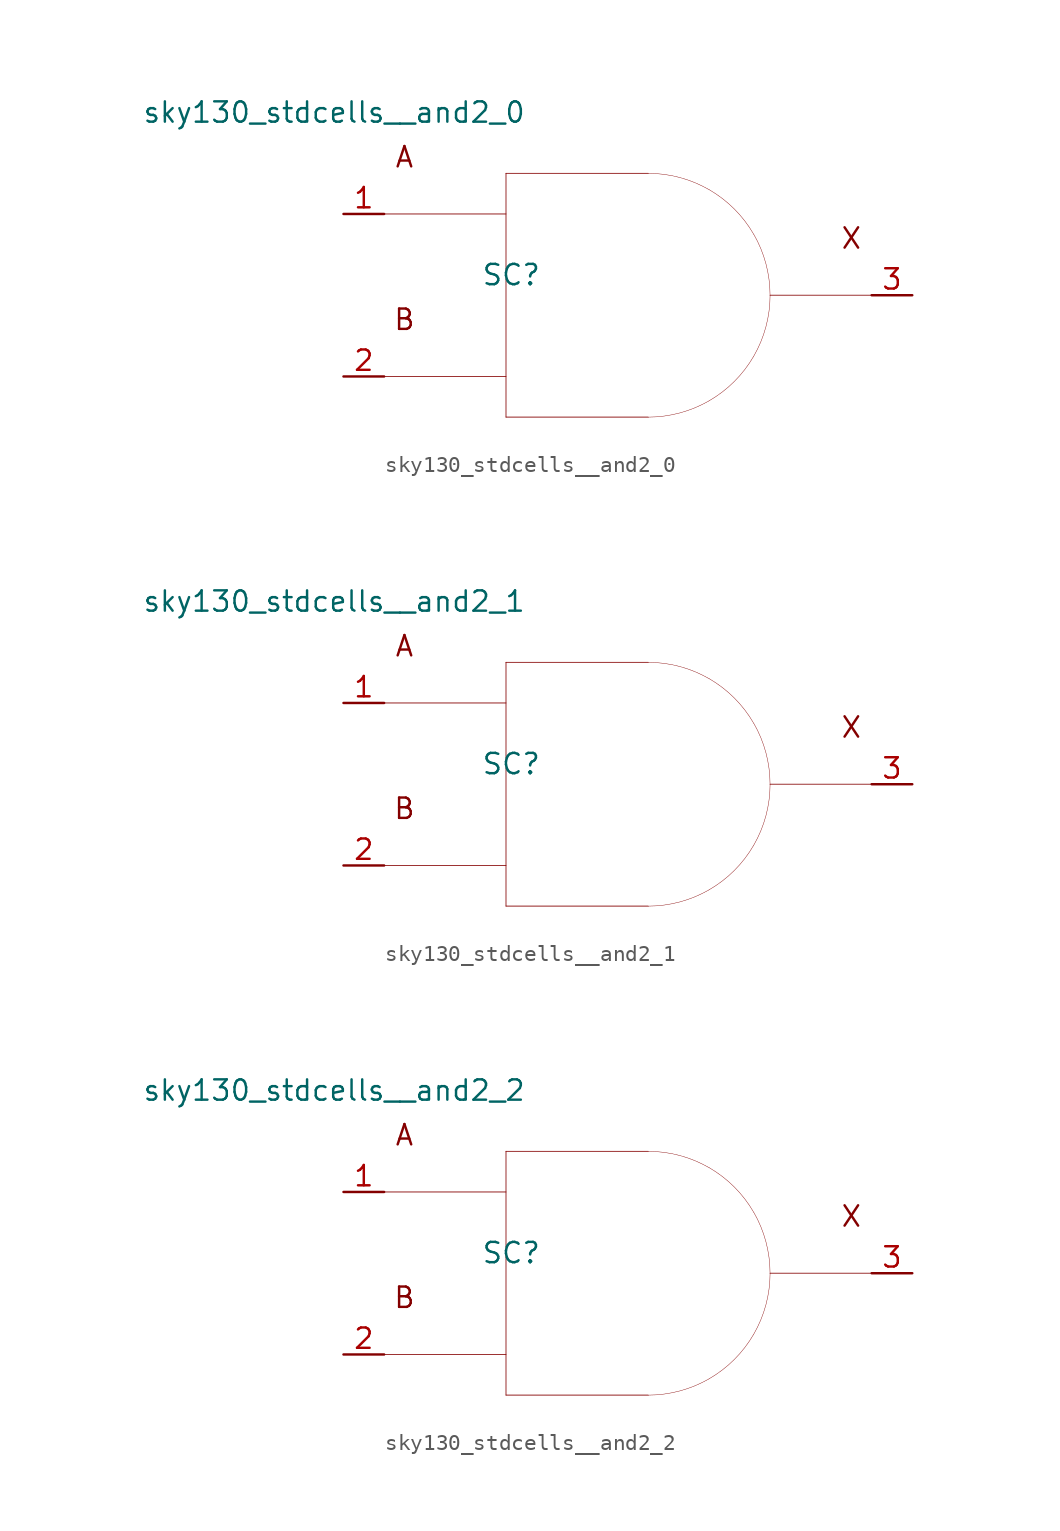
<source format=kicad_sym>
(kicad_symbol_lib
  (version 20211014)
  (generator kicad_symbol_editor)
  (symbol "sky130_stdcells__and2_0"
    (pin_names hide)
    (property "Reference" "SC"
      (at -7.29 1.27 0)
      (effects (font (size 1.27 1.27))))
    (property "Value" "sky130_stdcells__and2_0"
      (at -6.35 11.43 0)
      (effects (font (size 1.27 1.27)) (justify right)))
    (symbol "sky130_stdcells__and2_0_0_0"
      (polyline (pts (xy -15.24 -5.08) (xy -7.62 -5.08)) (stroke (width 0.051) (type default) (color 0 0 0 0)) (fill (type none)))
      (polyline (pts (xy -15.24 5.08) (xy -7.62 5.08)) (stroke (width 0.051) (type default) (color 0 0 0 0)) (fill (type none)))
      (polyline (pts (xy -7.62 -7.62) (xy 1.27 -7.62)) (stroke (width 0.051) (type default) (color 0 0 0 0)) (fill (type none)))
      (polyline (pts (xy -7.62 7.62) (xy -7.62 -7.62)) (stroke (width 0.051) (type default) (color 0 0 0 0)) (fill (type none)))
      (polyline (pts (xy -7.62 7.62) (xy 1.27 7.62)) (stroke (width 0.051) (type default) (color 0 0 0 0)) (fill (type none)))
      (polyline (pts (xy 8.89 0) (xy 15.24 0)) (stroke (width 0.051) (type default) (color 0 0 0 0)) (fill (type none)))
      (arc (start 1.27 -7.62) (mid 3.2422 -7.3604) (end 5.08 -6.5991) (stroke (width 0.0254) (type default) (color 0 0 0 0)) (fill (type none)))
      (arc (start 5.08 -6.5991) (mid 6.6581 -5.3881) (end 7.8691 -3.81) (stroke (width 0.0254) (type default) (color 0 0 0 0)) (fill (type none)))
      (arc (start 5.08 6.5991) (mid 3.2422 7.3603) (end 1.27 7.62) (stroke (width 0.0254) (type default) (color 0 0 0 0)) (fill (type none)))
      (arc (start 7.8691 -3.81) (mid 8.6303 -1.9722) (end 8.89 0) (stroke (width 0.0254) (type default) (color 0 0 0 0)) (fill (type none)))
      (arc (start 7.8691 3.81) (mid 6.6581 5.3881) (end 5.08 6.5991) (stroke (width 0.0254) (type default) (color 0 0 0 0)) (fill (type none)))
      (arc (start 8.89 0) (mid 8.6304 1.9722) (end 7.8691 3.81) (stroke (width 0.0254) (type default) (color 0 0 0 0)) (fill (type none)))
      (text "A" (at -13.97 8.636 0) (effects (font (size 1.27 1.27))))
      (text "B" (at -13.97 -1.524 0) (effects (font (size 1.27 1.27))))
      (text "X" (at 13.97 3.556 0) (effects (font (size 1.27 1.27)))))
    (symbol "sky130_stdcells__and2_0_1_1"
      (pin input line (at -17.78 5.08 0) (length 2.54) (name "A" (effects (font (size 1.092 1.092)))) (number "1" (effects (font (size 1.27 1.27)))))
      (pin input line (at -17.78 -5.08 0) (length 2.54) (name "B" (effects (font (size 1.092 1.092)))) (number "2" (effects (font (size 1.27 1.27)))))
      (pin output line (at 17.78 0 180) (length 2.54) (name "X" (effects (font (size 1.092 1.092)))) (number "3" (effects (font (size 1.27 1.27)))))))
  (symbol "sky130_stdcells__and2_1"
    (pin_names hide)
    (property "Reference" "SC"
      (at -7.29 1.27 0)
      (effects (font (size 1.27 1.27))))
    (property "Value" "sky130_stdcells__and2_1"
      (at -6.35 11.43 0)
      (effects (font (size 1.27 1.27)) (justify right)))
    (symbol "sky130_stdcells__and2_1_0_0"
      (polyline (pts (xy -15.24 -5.08) (xy -7.62 -5.08)) (stroke (width 0.051) (type default) (color 0 0 0 0)) (fill (type none)))
      (polyline (pts (xy -15.24 5.08) (xy -7.62 5.08)) (stroke (width 0.051) (type default) (color 0 0 0 0)) (fill (type none)))
      (polyline (pts (xy -7.62 -7.62) (xy 1.27 -7.62)) (stroke (width 0.051) (type default) (color 0 0 0 0)) (fill (type none)))
      (polyline (pts (xy -7.62 7.62) (xy -7.62 -7.62)) (stroke (width 0.051) (type default) (color 0 0 0 0)) (fill (type none)))
      (polyline (pts (xy -7.62 7.62) (xy 1.27 7.62)) (stroke (width 0.051) (type default) (color 0 0 0 0)) (fill (type none)))
      (polyline (pts (xy 8.89 0) (xy 15.24 0)) (stroke (width 0.051) (type default) (color 0 0 0 0)) (fill (type none)))
      (arc (start 1.27 -7.62) (mid 3.2422 -7.3604) (end 5.08 -6.5991) (stroke (width 0.0254) (type default) (color 0 0 0 0)) (fill (type none)))
      (arc (start 5.08 -6.5991) (mid 6.6581 -5.3881) (end 7.8691 -3.81) (stroke (width 0.0254) (type default) (color 0 0 0 0)) (fill (type none)))
      (arc (start 5.08 6.5991) (mid 3.2422 7.3603) (end 1.27 7.62) (stroke (width 0.0254) (type default) (color 0 0 0 0)) (fill (type none)))
      (arc (start 7.8691 -3.81) (mid 8.6303 -1.9722) (end 8.89 0) (stroke (width 0.0254) (type default) (color 0 0 0 0)) (fill (type none)))
      (arc (start 7.8691 3.81) (mid 6.6581 5.3881) (end 5.08 6.5991) (stroke (width 0.0254) (type default) (color 0 0 0 0)) (fill (type none)))
      (arc (start 8.89 0) (mid 8.6304 1.9722) (end 7.8691 3.81) (stroke (width 0.0254) (type default) (color 0 0 0 0)) (fill (type none)))
      (text "A" (at -13.97 8.636 0) (effects (font (size 1.27 1.27))))
      (text "B" (at -13.97 -1.524 0) (effects (font (size 1.27 1.27))))
      (text "X" (at 13.97 3.556 0) (effects (font (size 1.27 1.27)))))
    (symbol "sky130_stdcells__and2_1_1_1"
      (pin input line (at -17.78 5.08 0) (length 2.54) (name "A" (effects (font (size 1.092 1.092)))) (number "1" (effects (font (size 1.27 1.27)))))
      (pin input line (at -17.78 -5.08 0) (length 2.54) (name "B" (effects (font (size 1.092 1.092)))) (number "2" (effects (font (size 1.27 1.27)))))
      (pin output line (at 17.78 0 180) (length 2.54) (name "X" (effects (font (size 1.092 1.092)))) (number "3" (effects (font (size 1.27 1.27)))))))
  (symbol "sky130_stdcells__and2_2"
    (pin_names hide)
    (property "Reference" "SC"
      (at -7.29 1.27 0)
      (effects (font (size 1.27 1.27))))
    (property "Value" "sky130_stdcells__and2_2"
      (at -6.35 11.43 0)
      (effects (font (size 1.27 1.27)) (justify right)))
    (symbol "sky130_stdcells__and2_2_0_0"
      (polyline (pts (xy -15.24 -5.08) (xy -7.62 -5.08)) (stroke (width 0.051) (type default) (color 0 0 0 0)) (fill (type none)))
      (polyline (pts (xy -15.24 5.08) (xy -7.62 5.08)) (stroke (width 0.051) (type default) (color 0 0 0 0)) (fill (type none)))
      (polyline (pts (xy -7.62 -7.62) (xy 1.27 -7.62)) (stroke (width 0.051) (type default) (color 0 0 0 0)) (fill (type none)))
      (polyline (pts (xy -7.62 7.62) (xy -7.62 -7.62)) (stroke (width 0.051) (type default) (color 0 0 0 0)) (fill (type none)))
      (polyline (pts (xy -7.62 7.62) (xy 1.27 7.62)) (stroke (width 0.051) (type default) (color 0 0 0 0)) (fill (type none)))
      (polyline (pts (xy 8.89 0) (xy 15.24 0)) (stroke (width 0.051) (type default) (color 0 0 0 0)) (fill (type none)))
      (arc (start 1.27 -7.62) (mid 3.2422 -7.3604) (end 5.08 -6.5991) (stroke (width 0.0254) (type default) (color 0 0 0 0)) (fill (type none)))
      (arc (start 5.08 -6.5991) (mid 6.6581 -5.3881) (end 7.8691 -3.81) (stroke (width 0.0254) (type default) (color 0 0 0 0)) (fill (type none)))
      (arc (start 5.08 6.5991) (mid 3.2422 7.3603) (end 1.27 7.62) (stroke (width 0.0254) (type default) (color 0 0 0 0)) (fill (type none)))
      (arc (start 7.8691 -3.81) (mid 8.6303 -1.9722) (end 8.89 0) (stroke (width 0.0254) (type default) (color 0 0 0 0)) (fill (type none)))
      (arc (start 7.8691 3.81) (mid 6.6581 5.3881) (end 5.08 6.5991) (stroke (width 0.0254) (type default) (color 0 0 0 0)) (fill (type none)))
      (arc (start 8.89 0) (mid 8.6304 1.9722) (end 7.8691 3.81) (stroke (width 0.0254) (type default) (color 0 0 0 0)) (fill (type none)))
      (text "A" (at -13.97 8.636 0) (effects (font (size 1.27 1.27))))
      (text "B" (at -13.97 -1.524 0) (effects (font (size 1.27 1.27))))
      (text "X" (at 13.97 3.556 0) (effects (font (size 1.27 1.27)))))
    (symbol "sky130_stdcells__and2_2_1_1"
      (pin input line (at -17.78 5.08 0) (length 2.54) (name "A" (effects (font (size 1.092 1.092)))) (number "1" (effects (font (size 1.27 1.27)))))
      (pin input line (at -17.78 -5.08 0) (length 2.54) (name "B" (effects (font (size 1.092 1.092)))) (number "2" (effects (font (size 1.27 1.27)))))
      (pin output line (at 17.78 0 180) (length 2.54) (name "X" (effects (font (size 1.092 1.092)))) (number "3" (effects (font (size 1.27 1.27))))))))
</source>
